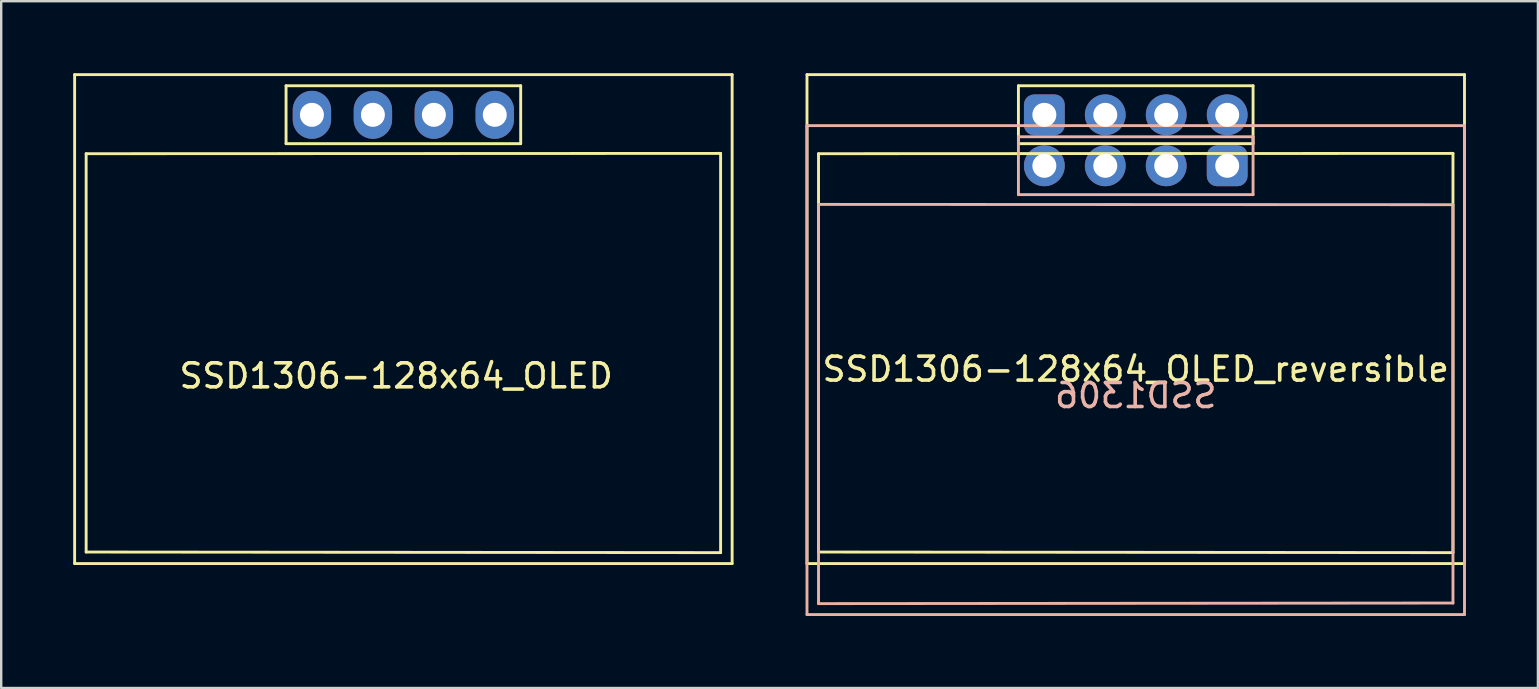
<source format=kicad_pcb>
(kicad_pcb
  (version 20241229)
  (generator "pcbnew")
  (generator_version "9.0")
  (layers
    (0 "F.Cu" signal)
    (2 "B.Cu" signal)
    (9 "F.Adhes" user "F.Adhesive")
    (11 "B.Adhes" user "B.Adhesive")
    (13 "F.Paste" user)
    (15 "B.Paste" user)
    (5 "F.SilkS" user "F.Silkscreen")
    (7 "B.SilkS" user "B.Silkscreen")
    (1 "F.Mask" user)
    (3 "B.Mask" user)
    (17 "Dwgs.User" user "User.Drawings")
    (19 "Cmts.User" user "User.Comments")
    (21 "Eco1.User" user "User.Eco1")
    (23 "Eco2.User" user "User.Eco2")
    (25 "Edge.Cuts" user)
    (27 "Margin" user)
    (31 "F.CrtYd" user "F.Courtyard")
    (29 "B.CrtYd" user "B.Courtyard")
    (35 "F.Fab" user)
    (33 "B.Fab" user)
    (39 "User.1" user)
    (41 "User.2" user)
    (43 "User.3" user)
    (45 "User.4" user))
  (footprint "SSD1306-128x64_OLED"
    (layer "F.Cu")
    (at 13.76 12.335)
    (property "Reference" "SSD1306-128x64_OLED" (at -0.3 0.279 0) (layer "F.SilkS") (effects (font (size 1 1) (thickness 0.15))))
    (attr through_hole)
    (fp_line (start -13.7 -12.275) (end 13.7 -12.275) (stroke (width 0.12) (type solid)) (layer "F.SilkS"))
    (fp_line (start -13.7 8.1) (end -13.7 -12.275) (stroke (width 0.12) (type solid)) (layer "F.SilkS"))
    (fp_line (start -13.22 -8.98) (end 13.22 -8.992) (stroke (width 0.12) (type solid)) (layer "F.SilkS"))
    (fp_line (start -13.22 7.62) (end -13.22 -8.98) (stroke (width 0.12) (type solid)) (layer "F.SilkS"))
    (fp_line (start -4.889 -11.811) (end -4.889 -9.398) (stroke (width 0.12) (type solid)) (layer "F.SilkS"))
    (fp_line (start -4.889 -11.811) (end 4.889 -11.811) (stroke (width 0.12) (type solid)) (layer "F.SilkS"))
    (fp_line (start 4.889 -11.811) (end 4.889 -9.398) (stroke (width 0.12) (type solid)) (layer "F.SilkS"))
    (fp_line (start 4.889 -9.398) (end -4.889 -9.398) (stroke (width 0.12) (type solid)) (layer "F.SilkS"))
    (fp_line (start 13.22 7.645) (end -13.22 7.62) (stroke (width 0.12) (type solid)) (layer "F.SilkS"))
    (fp_line (start 13.22 7.645) (end 13.22 -8.992) (stroke (width 0.12) (type solid)) (layer "F.SilkS"))
    (fp_line (start 13.7 -12.275) (end 13.7 8.1) (stroke (width 0.12) (type solid)) (layer "F.SilkS"))
    (fp_line (start 13.7 8.1) (end -13.7 8.1) (stroke (width 0.12) (type solid)) (layer "F.SilkS"))
    (pad "1" thru_hole oval (at -3.811 -10.6 90) (size 2 1.6) (drill 1) (layers "*.Cu" "*.Mask"))
    (pad "2" thru_hole oval (at -1.27 -10.6 90) (size 2 1.6) (drill 1) (layers "*.Cu" "*.Mask"))
    (pad "3" thru_hole oval (at 1.27 -10.6 90) (size 2 1.6) (drill 1) (layers "*.Cu" "*.Mask"))
    (pad "4" thru_hole oval (at 3.809 -10.6 90) (size 2 1.6) (drill 1) (layers "*.Cu" "*.Mask")))
  (footprint "SSD1306-128x64_OLED_reversible"
    (layer "F.Cu")
    (at 44.28 12.335)
    (property "Reference" "SSD1306-128x64_OLED_reversible" (at 0 0 0) (layer "F.SilkS") (effects (font (size 1 1) (thickness 0.15))))
    (attr through_hole)
    (fp_line (start -13.7 -12.275) (end 13.7 -12.275) (stroke (width 0.12) (type solid)) (layer "F.SilkS"))
    (fp_line (start -13.7 8.1) (end -13.7 -12.275) (stroke (width 0.12) (type solid)) (layer "F.SilkS"))
    (fp_line (start -13.22 -8.98) (end 13.22 -8.992) (stroke (width 0.12) (type solid)) (layer "F.SilkS"))
    (fp_line (start -13.22 7.62) (end -13.22 -8.98) (stroke (width 0.12) (type solid)) (layer "F.SilkS"))
    (fp_line (start -4.889 -11.811) (end -4.889 -9.398) (stroke (width 0.12) (type solid)) (layer "F.SilkS"))
    (fp_line (start -4.889 -11.811) (end 4.889 -11.811) (stroke (width 0.12) (type solid)) (layer "F.SilkS"))
    (fp_line (start 4.889 -11.811) (end 4.889 -9.398) (stroke (width 0.12) (type solid)) (layer "F.SilkS"))
    (fp_line (start 4.889 -9.398) (end -4.889 -9.398) (stroke (width 0.12) (type solid)) (layer "F.SilkS"))
    (fp_line (start 13.22 7.645) (end -13.22 7.62) (stroke (width 0.12) (type solid)) (layer "F.SilkS"))
    (fp_line (start 13.22 7.645) (end 13.22 -8.992) (stroke (width 0.12) (type solid)) (layer "F.SilkS"))
    (fp_line (start 13.7 -12.275) (end 13.7 8.1) (stroke (width 0.12) (type solid)) (layer "F.SilkS"))
    (fp_line (start 13.7 8.1) (end -13.7 8.1) (stroke (width 0.12) (type solid)) (layer "F.SilkS"))
    (fp_line (start -13.7 -10.15) (end -13.7 10.225) (stroke (width 0.12) (type solid)) (layer "B.SilkS"))
    (fp_line (start -13.7 10.225) (end 13.7 10.225) (stroke (width 0.12) (type solid)) (layer "B.SilkS"))
    (fp_line (start -13.22 9.77) (end -13.22 -6.867) (stroke (width 0.12) (type solid)) (layer "B.SilkS"))
    (fp_line (start -13.22 9.77) (end 13.22 9.745) (stroke (width 0.12) (type solid)) (layer "B.SilkS"))
    (fp_line (start -4.889 -9.686) (end -4.889 -7.273) (stroke (width 0.12) (type solid)) (layer "B.SilkS"))
    (fp_line (start -4.889 -7.273) (end 4.889 -7.273) (stroke (width 0.12) (type solid)) (layer "B.SilkS"))
    (fp_line (start 4.889 -9.686) (end -4.889 -9.686) (stroke (width 0.12) (type solid)) (layer "B.SilkS"))
    (fp_line (start 4.889 -9.686) (end 4.889 -7.273) (stroke (width 0.12) (type solid)) (layer "B.SilkS"))
    (fp_line (start 13.22 -6.855) (end -13.22 -6.867) (stroke (width 0.12) (type solid)) (layer "B.SilkS"))
    (fp_line (start 13.22 9.745) (end 13.22 -6.855) (stroke (width 0.12) (type solid)) (layer "B.SilkS"))
    (fp_line (start 13.7 -10.15) (end -13.7 -10.15) (stroke (width 0.12) (type solid)) (layer "B.SilkS"))
    (fp_line (start 13.7 10.225) (end 13.7 -10.15) (stroke (width 0.12) (type solid)) (layer "B.SilkS"))
    (fp_text user "SSD1306" (at 0 1.1 0) (layer "B.SilkS") (effects (font (size 1 1) (thickness 0.15)) (justify mirror)))
    (pad "1" thru_hole roundrect (at -3.809 -10.6) (size 1.7 1.7) (drill 1) (layers "*.Cu" "*.Mask") (roundrect_rratio 0.25))
    (pad "1" thru_hole roundrect (at 3.811 -8.475) (size 1.7 1.7) (drill 1) (layers "*.Cu" "*.Mask") (roundrect_rratio 0.25))
    (pad "2" thru_hole circle (at -1.27 -10.6) (size 1.7 1.7) (drill 1) (layers "*.Cu" "*.Mask"))
    (pad "2" thru_hole circle (at 1.27 -8.475) (size 1.7 1.7) (drill 1) (layers "*.Cu" "*.Mask"))
    (pad "3" thru_hole circle (at -1.27 -8.475) (size 1.7 1.7) (drill 1) (layers "*.Cu" "*.Mask"))
    (pad "3" thru_hole circle (at 1.27 -10.6) (size 1.7 1.7) (drill 1) (layers "*.Cu" "*.Mask"))
    (pad "4" thru_hole circle (at -3.809 -8.475) (size 1.7 1.7) (drill 1) (layers "*.Cu" "*.Mask"))
    (pad "4" thru_hole circle (at 3.811 -10.6) (size 1.7 1.7) (drill 1) (layers "*.Cu" "*.Mask")))
  (gr_rect
    (start -3 -3)
    (end 61.04 25.62)
    (stroke (width 0.1) (type default))
    (fill no)
    (layer "Edge.Cuts")))
</source>
